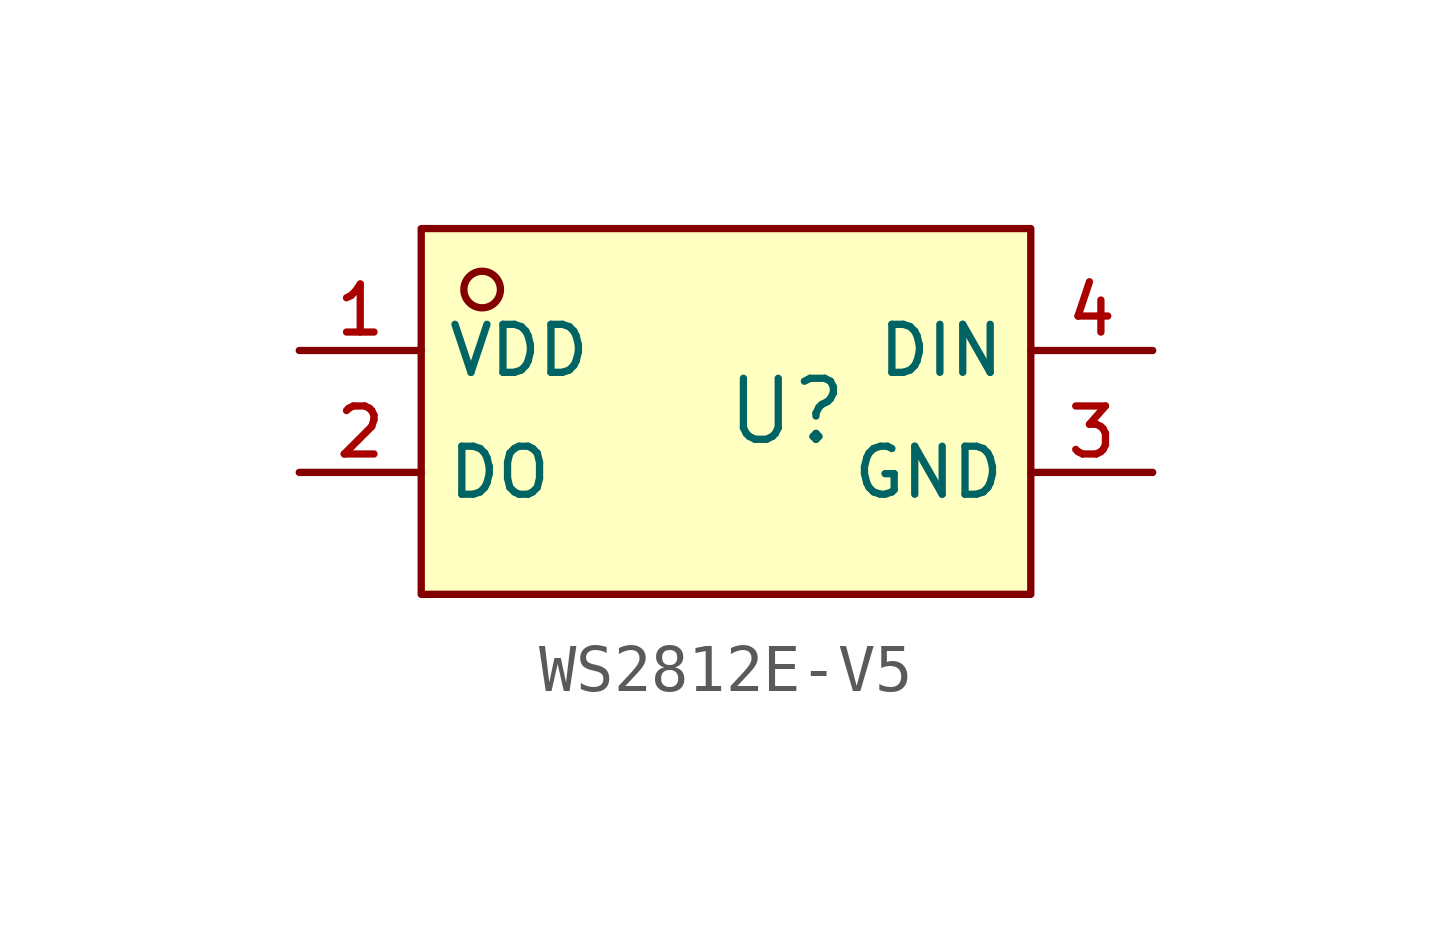
<source format=kicad_sym>
(kicad_symbol_lib
  (version 20210201)
  (generator TousstNicolas/JLC2KiCad_lib)
  (symbol "WS2812E-V5"
    (property "Reference" "U"
      (at 0 1.27 0)
      (effects (font (size 1.27 1.27))))
    (symbol "WS2812E-V5_0_1"
      (pin unspecified line (at 7.62 2.54 180) (length 2.54) (name "DIN" (effects (font (size 1 1)))) (number "4" (effects (font (size 1 1)))))
      (pin unspecified line (at 7.62 -0.0 180) (length 2.54) (name "GND" (effects (font (size 1 1)))) (number "3" (effects (font (size 1 1)))))
      (pin unspecified line (at -10.16 -0.0 0) (length 2.54) (name "DO" (effects (font (size 1 1)))) (number "2" (effects (font (size 1 1)))))
      (pin unspecified line (at -10.16 2.54 0) (length 2.54) (name "VDD" (effects (font (size 1 1)))) (number "1" (effects (font (size 1 1)))))
      (circle (center -6.35 3.81) (radius 0.381) (stroke (width 0) (type default) (color 0 0 0 0)) (fill (type background)))
      (rectangle (start -7.62 5.08) (end 5.08 -2.54) (stroke (width 0) (type default) (color 0 0 0 0)) (fill (type background))))))
</source>
